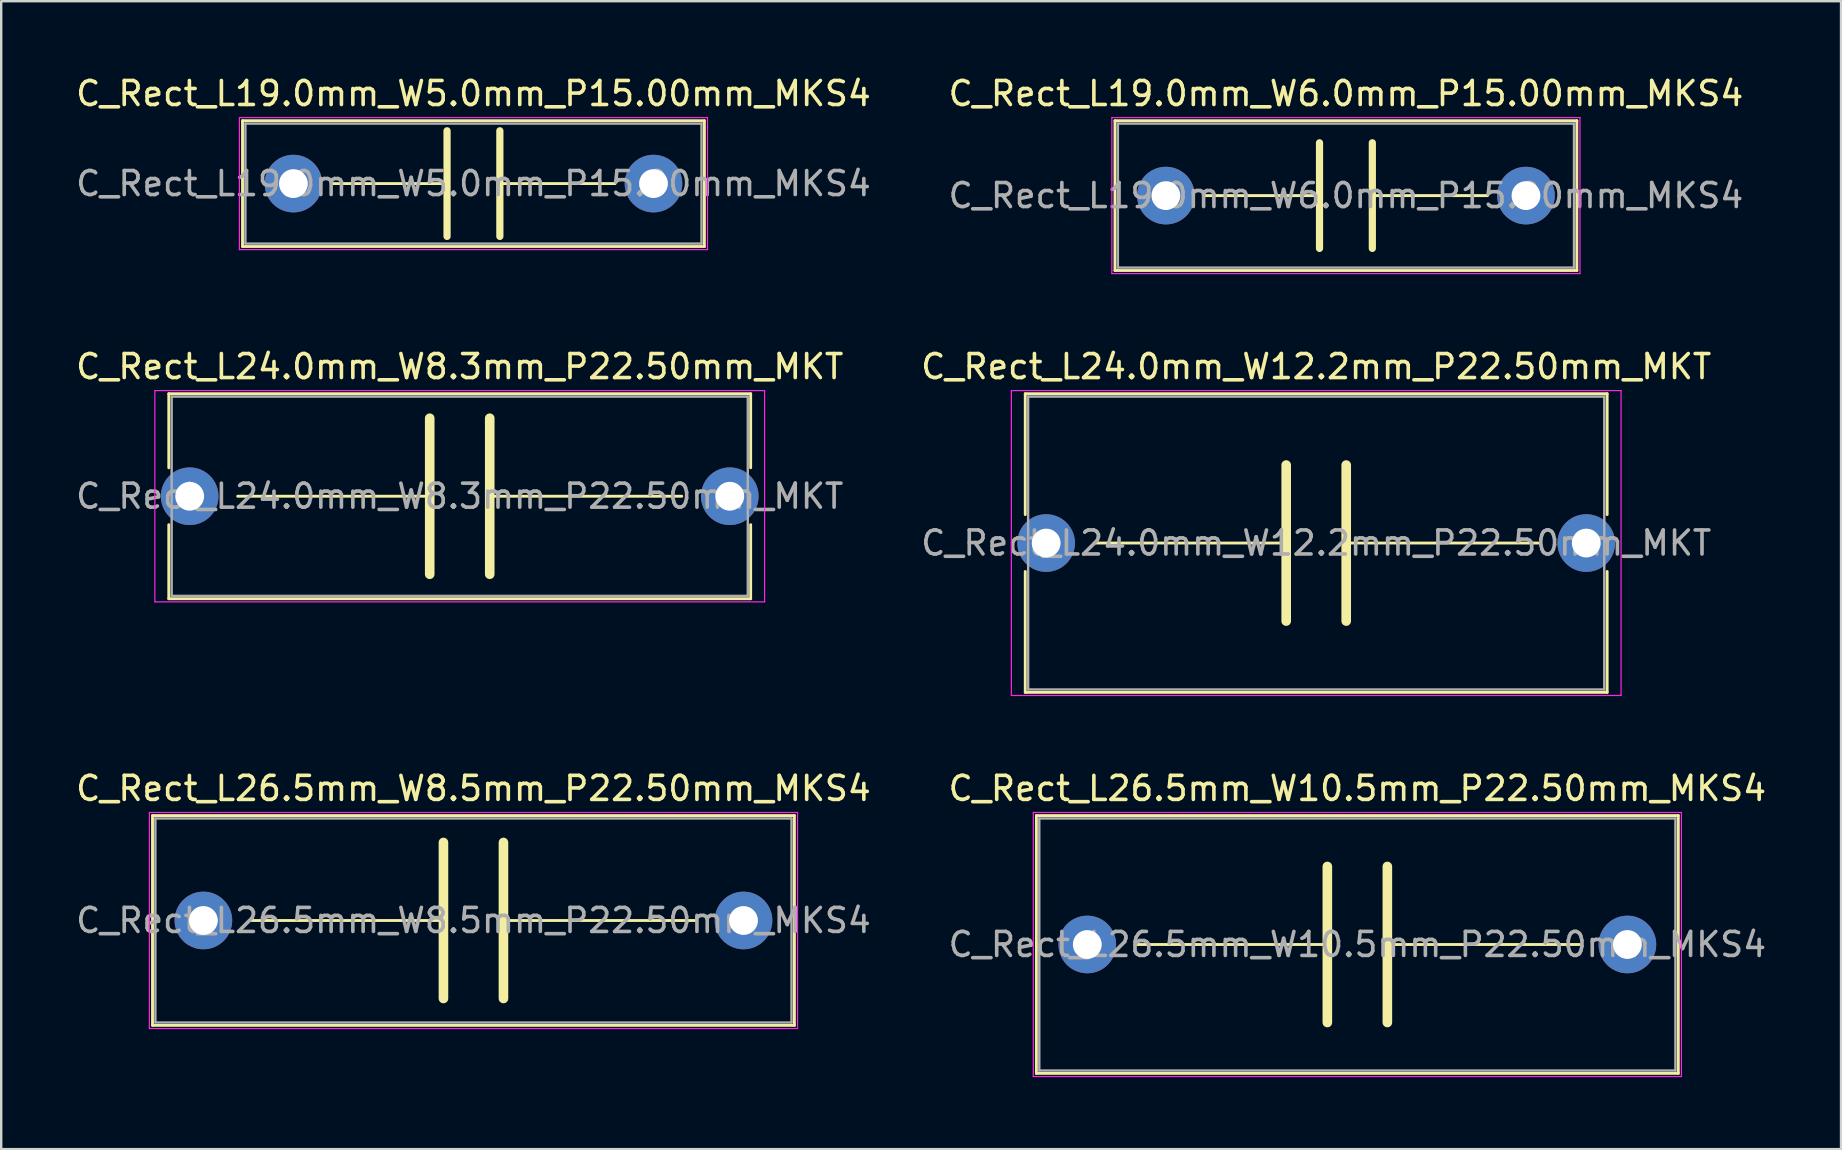
<source format=kicad_pcb>
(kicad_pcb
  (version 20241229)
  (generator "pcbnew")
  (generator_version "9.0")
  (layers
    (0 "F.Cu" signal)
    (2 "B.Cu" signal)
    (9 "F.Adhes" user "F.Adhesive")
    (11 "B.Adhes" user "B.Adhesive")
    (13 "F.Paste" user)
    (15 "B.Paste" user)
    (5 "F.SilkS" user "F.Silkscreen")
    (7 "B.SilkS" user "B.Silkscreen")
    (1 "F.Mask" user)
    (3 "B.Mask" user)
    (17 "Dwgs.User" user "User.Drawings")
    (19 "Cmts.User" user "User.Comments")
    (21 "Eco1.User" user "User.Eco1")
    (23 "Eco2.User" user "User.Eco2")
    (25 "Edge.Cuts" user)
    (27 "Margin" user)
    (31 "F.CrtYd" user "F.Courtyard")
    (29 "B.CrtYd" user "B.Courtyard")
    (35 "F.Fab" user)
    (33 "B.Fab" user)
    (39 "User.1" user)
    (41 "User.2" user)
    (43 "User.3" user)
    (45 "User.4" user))
  (footprint "C_Rect_L19.0mm_W5.0mm_P15.00mm_MKS4"
    (layer "F.Cu")
    (at 9.173 4.598)
    (property "Reference" "C_Rect_L19.0mm_W5.0mm_P15.00mm_MKS4" (at 7.5 -3.75 0) (layer "F.SilkS") (effects (font (size 1 1) (thickness 0.15))))
    (attr through_hole)
    (fp_line (start -2.12 -2.62) (end -2.12 2.62) (stroke (width 0.12) (type solid)) (layer "F.SilkS"))
    (fp_line (start -2.12 -2.62) (end 17.12 -2.62) (stroke (width 0.12) (type solid)) (layer "F.SilkS"))
    (fp_line (start -2.12 2.62) (end 17.12 2.62) (stroke (width 0.12) (type solid)) (layer "F.SilkS"))
    (fp_line (start 1.6 0) (end 6.4 0) (stroke (width 0.12) (type solid)) (layer "F.SilkS"))
    (fp_line (start 6.4 -2.2) (end 6.4 2.2) (stroke (width 0.3) (type solid)) (layer "F.SilkS"))
    (fp_line (start 8.6 -2.2) (end 8.6 2.2) (stroke (width 0.3) (type solid)) (layer "F.SilkS"))
    (fp_line (start 8.6 0) (end 13.4 0) (stroke (width 0.12) (type solid)) (layer "F.SilkS"))
    (fp_line (start 17.12 -2.62) (end 17.12 2.62) (stroke (width 0.12) (type solid)) (layer "F.SilkS"))
    (fp_line (start -2.25 -2.75) (end -2.25 2.75) (stroke (width 0.05) (type solid)) (layer "F.CrtYd"))
    (fp_line (start -2.25 2.75) (end 17.25 2.75) (stroke (width 0.05) (type solid)) (layer "F.CrtYd"))
    (fp_line (start 17.25 -2.75) (end -2.25 -2.75) (stroke (width 0.05) (type solid)) (layer "F.CrtYd"))
    (fp_line (start 17.25 2.75) (end 17.25 -2.75) (stroke (width 0.05) (type solid)) (layer "F.CrtYd"))
    (fp_line (start -2 -2.5) (end -2 2.5) (stroke (width 0.1) (type solid)) (layer "F.Fab"))
    (fp_line (start -2 2.5) (end 17 2.5) (stroke (width 0.1) (type solid)) (layer "F.Fab"))
    (fp_line (start 17 -2.5) (end -2 -2.5) (stroke (width 0.1) (type solid)) (layer "F.Fab"))
    (fp_line (start 17 2.5) (end 17 -2.5) (stroke (width 0.1) (type solid)) (layer "F.Fab"))
    (fp_text user "${REFERENCE}" (at 7.5 0 0) (layer "F.Fab") (effects (font (size 1 1) (thickness 0.15))))
    (pad "1" thru_hole circle (at 0 0) (size 2.4 2.4) (drill 1.2) (layers "*.Cu" "*.Mask"))
    (pad "2" thru_hole circle (at 15 0) (size 2.4 2.4) (drill 1.2) (layers "*.Cu" "*.Mask")))
  (footprint "C_Rect_L19.0mm_W6.0mm_P15.00mm_MKS4"
    (layer "F.Cu")
    (at 45.518 5.098)
    (property "Reference" "C_Rect_L19.0mm_W6.0mm_P15.00mm_MKS4" (at 7.5 -4.25 0) (layer "F.SilkS") (effects (font (size 1 1) (thickness 0.15))))
    (attr through_hole)
    (fp_line (start -2.12 -3.12) (end -2.12 3.12) (stroke (width 0.12) (type solid)) (layer "F.SilkS"))
    (fp_line (start -2.12 -3.12) (end 17.12 -3.12) (stroke (width 0.12) (type solid)) (layer "F.SilkS"))
    (fp_line (start -2.12 3.12) (end 17.12 3.12) (stroke (width 0.12) (type solid)) (layer "F.SilkS"))
    (fp_line (start 1.6 0) (end 6.4 0) (stroke (width 0.12) (type solid)) (layer "F.SilkS"))
    (fp_line (start 6.4 -2.2) (end 6.4 2.2) (stroke (width 0.3) (type solid)) (layer "F.SilkS"))
    (fp_line (start 8.6 -2.2) (end 8.6 2.2) (stroke (width 0.3) (type solid)) (layer "F.SilkS"))
    (fp_line (start 8.6 0) (end 13.4 0) (stroke (width 0.12) (type solid)) (layer "F.SilkS"))
    (fp_line (start 17.12 -3.12) (end 17.12 3.12) (stroke (width 0.12) (type solid)) (layer "F.SilkS"))
    (fp_line (start -2.25 -3.25) (end -2.25 3.25) (stroke (width 0.05) (type solid)) (layer "F.CrtYd"))
    (fp_line (start -2.25 3.25) (end 17.25 3.25) (stroke (width 0.05) (type solid)) (layer "F.CrtYd"))
    (fp_line (start 17.25 -3.25) (end -2.25 -3.25) (stroke (width 0.05) (type solid)) (layer "F.CrtYd"))
    (fp_line (start 17.25 3.25) (end 17.25 -3.25) (stroke (width 0.05) (type solid)) (layer "F.CrtYd"))
    (fp_line (start -2 -3) (end -2 3) (stroke (width 0.1) (type solid)) (layer "F.Fab"))
    (fp_line (start -2 3) (end 17 3) (stroke (width 0.1) (type solid)) (layer "F.Fab"))
    (fp_line (start 17 -3) (end -2 -3) (stroke (width 0.1) (type solid)) (layer "F.Fab"))
    (fp_line (start 17 3) (end 17 -3) (stroke (width 0.1) (type solid)) (layer "F.Fab"))
    (fp_text user "${REFERENCE}" (at 7.5 0 0) (layer "F.Fab") (effects (font (size 1 1) (thickness 0.15))))
    (pad "1" thru_hole circle (at 0 0) (size 2.4 2.4) (drill 1.2) (layers "*.Cu" "*.Mask"))
    (pad "2" thru_hole circle (at 15 0) (size 2.4 2.4) (drill 1.2) (layers "*.Cu" "*.Mask")))
  (footprint "C_Rect_L26.5mm_W10.5mm_P22.50mm_MKS4"
    (layer "F.Cu")
    (at 42.244 36.295)
    (property "Reference" "C_Rect_L26.5mm_W10.5mm_P22.50mm_MKS4" (at 11.25 -6.5 0) (layer "F.SilkS") (effects (font (size 1 1) (thickness 0.15))))
    (attr through_hole)
    (fp_line (start -2.12 -5.37) (end -2.12 5.37) (stroke (width 0.12) (type solid)) (layer "F.SilkS"))
    (fp_line (start -2.12 -5.37) (end 24.62 -5.37) (stroke (width 0.12) (type solid)) (layer "F.SilkS"))
    (fp_line (start -2.12 5.37) (end 24.62 5.37) (stroke (width 0.12) (type solid)) (layer "F.SilkS"))
    (fp_line (start 2 0) (end 10 0) (stroke (width 0.12) (type solid)) (layer "F.SilkS"))
    (fp_line (start 10 -3.25) (end 10 3.25) (stroke (width 0.4) (type solid)) (layer "F.SilkS"))
    (fp_line (start 12.5 -3.25) (end 12.5 3.25) (stroke (width 0.4) (type solid)) (layer "F.SilkS"))
    (fp_line (start 12.5 0) (end 20.5 0) (stroke (width 0.12) (type solid)) (layer "F.SilkS"))
    (fp_line (start 24.62 -5.37) (end 24.62 5.37) (stroke (width 0.12) (type solid)) (layer "F.SilkS"))
    (fp_line (start -2.25 -5.5) (end -2.25 5.5) (stroke (width 0.05) (type solid)) (layer "F.CrtYd"))
    (fp_line (start -2.25 5.5) (end 24.75 5.5) (stroke (width 0.05) (type solid)) (layer "F.CrtYd"))
    (fp_line (start 24.75 -5.5) (end -2.25 -5.5) (stroke (width 0.05) (type solid)) (layer "F.CrtYd"))
    (fp_line (start 24.75 5.5) (end 24.75 -5.5) (stroke (width 0.05) (type solid)) (layer "F.CrtYd"))
    (fp_line (start -2 -5.25) (end -2 5.25) (stroke (width 0.1) (type solid)) (layer "F.Fab"))
    (fp_line (start -2 5.25) (end 24.5 5.25) (stroke (width 0.1) (type solid)) (layer "F.Fab"))
    (fp_line (start 24.5 -5.25) (end -2 -5.25) (stroke (width 0.1) (type solid)) (layer "F.Fab"))
    (fp_line (start 24.5 5.25) (end 24.5 -5.25) (stroke (width 0.1) (type solid)) (layer "F.Fab"))
    (fp_text user "${REFERENCE}" (at 11.25 0 0) (layer "F.Fab") (effects (font (size 1 1) (thickness 0.15))))
    (pad "1" thru_hole circle (at 0 0) (size 2.4 2.4) (drill 1.2) (layers "*.Cu" "*.Mask"))
    (pad "2" thru_hole circle (at 22.5 0) (size 2.4 2.4) (drill 1.2) (layers "*.Cu" "*.Mask")))
  (footprint "C_Rect_L24.0mm_W8.3mm_P22.50mm_MKT"
    (layer "F.Cu")
    (at 4.851 17.622)
    (property "Reference" "C_Rect_L24.0mm_W8.3mm_P22.50mm_MKT" (at 11.25 -5.4 0) (layer "F.SilkS") (effects (font (size 1 1) (thickness 0.15))))
    (attr through_hole)
    (fp_line (start -0.87 -4.27) (end -0.87 -1.185) (stroke (width 0.12) (type solid)) (layer "F.SilkS"))
    (fp_line (start -0.87 -4.27) (end 23.37 -4.27) (stroke (width 0.12) (type solid)) (layer "F.SilkS"))
    (fp_line (start -0.87 1.185) (end -0.87 4.27) (stroke (width 0.12) (type solid)) (layer "F.SilkS"))
    (fp_line (start -0.87 4.27) (end 23.37 4.27) (stroke (width 0.12) (type solid)) (layer "F.SilkS"))
    (fp_line (start 2 0) (end 10 0) (stroke (width 0.12) (type solid)) (layer "F.SilkS"))
    (fp_line (start 10 -3.25) (end 10 3.25) (stroke (width 0.4) (type solid)) (layer "F.SilkS"))
    (fp_line (start 12.5 -3.25) (end 12.5 3.25) (stroke (width 0.4) (type solid)) (layer "F.SilkS"))
    (fp_line (start 12.5 0) (end 20.5 0) (stroke (width 0.12) (type solid)) (layer "F.SilkS"))
    (fp_line (start 23.37 -4.27) (end 23.37 -1.185) (stroke (width 0.12) (type solid)) (layer "F.SilkS"))
    (fp_line (start 23.37 1.185) (end 23.37 4.27) (stroke (width 0.12) (type solid)) (layer "F.SilkS"))
    (fp_line (start -1.45 -4.4) (end -1.45 4.4) (stroke (width 0.05) (type solid)) (layer "F.CrtYd"))
    (fp_line (start -1.45 4.4) (end 23.95 4.4) (stroke (width 0.05) (type solid)) (layer "F.CrtYd"))
    (fp_line (start 23.95 -4.4) (end -1.45 -4.4) (stroke (width 0.05) (type solid)) (layer "F.CrtYd"))
    (fp_line (start 23.95 4.4) (end 23.95 -4.4) (stroke (width 0.05) (type solid)) (layer "F.CrtYd"))
    (fp_line (start -0.75 -4.15) (end -0.75 4.15) (stroke (width 0.1) (type solid)) (layer "F.Fab"))
    (fp_line (start -0.75 4.15) (end 23.25 4.15) (stroke (width 0.1) (type solid)) (layer "F.Fab"))
    (fp_line (start 23.25 -4.15) (end -0.75 -4.15) (stroke (width 0.1) (type solid)) (layer "F.Fab"))
    (fp_line (start 23.25 4.15) (end 23.25 -4.15) (stroke (width 0.1) (type solid)) (layer "F.Fab"))
    (fp_text user "${REFERENCE}" (at 11.25 0 0) (layer "F.Fab") (effects (font (size 1 1) (thickness 0.15))))
    (pad "1" thru_hole circle (at 0 0) (size 2.4 2.4) (drill 1.2) (layers "*.Cu" "*.Mask"))
    (pad "2" thru_hole circle (at 22.5 0) (size 2.4 2.4) (drill 1.2) (layers "*.Cu" "*.Mask")))
  (footprint "C_Rect_L24.0mm_W12.2mm_P22.50mm_MKT"
    (layer "F.Cu")
    (at 40.53 19.572)
    (property "Reference" "C_Rect_L24.0mm_W12.2mm_P22.50mm_MKT" (at 11.25 -7.35 0) (layer "F.SilkS") (effects (font (size 1 1) (thickness 0.15))))
    (attr through_hole)
    (fp_line (start -0.87 -6.22) (end -0.87 -1.185) (stroke (width 0.12) (type solid)) (layer "F.SilkS"))
    (fp_line (start -0.87 -6.22) (end 23.37 -6.22) (stroke (width 0.12) (type solid)) (layer "F.SilkS"))
    (fp_line (start -0.87 1.185) (end -0.87 6.22) (stroke (width 0.12) (type solid)) (layer "F.SilkS"))
    (fp_line (start -0.87 6.22) (end 23.37 6.22) (stroke (width 0.12) (type solid)) (layer "F.SilkS"))
    (fp_line (start 2 0) (end 10 0) (stroke (width 0.12) (type solid)) (layer "F.SilkS"))
    (fp_line (start 10 -3.25) (end 10 3.25) (stroke (width 0.4) (type solid)) (layer "F.SilkS"))
    (fp_line (start 12.5 -3.25) (end 12.5 3.25) (stroke (width 0.4) (type solid)) (layer "F.SilkS"))
    (fp_line (start 12.5 0) (end 20.5 0) (stroke (width 0.12) (type solid)) (layer "F.SilkS"))
    (fp_line (start 23.37 -6.22) (end 23.37 -1.185) (stroke (width 0.12) (type solid)) (layer "F.SilkS"))
    (fp_line (start 23.37 1.185) (end 23.37 6.22) (stroke (width 0.12) (type solid)) (layer "F.SilkS"))
    (fp_line (start -1.45 -6.35) (end -1.45 6.35) (stroke (width 0.05) (type solid)) (layer "F.CrtYd"))
    (fp_line (start -1.45 6.35) (end 23.95 6.35) (stroke (width 0.05) (type solid)) (layer "F.CrtYd"))
    (fp_line (start 23.95 -6.35) (end -1.45 -6.35) (stroke (width 0.05) (type solid)) (layer "F.CrtYd"))
    (fp_line (start 23.95 6.35) (end 23.95 -6.35) (stroke (width 0.05) (type solid)) (layer "F.CrtYd"))
    (fp_line (start -0.75 -6.1) (end -0.75 6.1) (stroke (width 0.1) (type solid)) (layer "F.Fab"))
    (fp_line (start -0.75 6.1) (end 23.25 6.1) (stroke (width 0.1) (type solid)) (layer "F.Fab"))
    (fp_line (start 23.25 -6.1) (end -0.75 -6.1) (stroke (width 0.1) (type solid)) (layer "F.Fab"))
    (fp_line (start 23.25 6.1) (end 23.25 -6.1) (stroke (width 0.1) (type solid)) (layer "F.Fab"))
    (fp_text user "${REFERENCE}" (at 11.25 0 0) (layer "F.Fab") (effects (font (size 1 1) (thickness 0.15))))
    (pad "1" thru_hole circle (at 0 0) (size 2.4 2.4) (drill 1.2) (layers "*.Cu" "*.Mask"))
    (pad "2" thru_hole circle (at 22.5 0) (size 2.4 2.4) (drill 1.2) (layers "*.Cu" "*.Mask")))
  (footprint "C_Rect_L26.5mm_W8.5mm_P22.50mm_MKS4"
    (layer "F.Cu")
    (at 5.423 35.295)
    (property "Reference" "C_Rect_L26.5mm_W8.5mm_P22.50mm_MKS4" (at 11.25 -5.5 0) (layer "F.SilkS") (effects (font (size 1 1) (thickness 0.15))))
    (attr through_hole)
    (fp_line (start -2.12 -4.37) (end -2.12 4.37) (stroke (width 0.12) (type solid)) (layer "F.SilkS"))
    (fp_line (start -2.12 -4.37) (end 24.62 -4.37) (stroke (width 0.12) (type solid)) (layer "F.SilkS"))
    (fp_line (start -2.12 4.37) (end 24.62 4.37) (stroke (width 0.12) (type solid)) (layer "F.SilkS"))
    (fp_line (start 2 0) (end 10 0) (stroke (width 0.12) (type solid)) (layer "F.SilkS"))
    (fp_line (start 10 -3.25) (end 10 3.25) (stroke (width 0.4) (type solid)) (layer "F.SilkS"))
    (fp_line (start 12.5 -3.25) (end 12.5 3.25) (stroke (width 0.4) (type solid)) (layer "F.SilkS"))
    (fp_line (start 12.5 0) (end 20.5 0) (stroke (width 0.12) (type solid)) (layer "F.SilkS"))
    (fp_line (start 24.62 -4.37) (end 24.62 4.37) (stroke (width 0.12) (type solid)) (layer "F.SilkS"))
    (fp_line (start -2.25 -4.5) (end -2.25 4.5) (stroke (width 0.05) (type solid)) (layer "F.CrtYd"))
    (fp_line (start -2.25 4.5) (end 24.75 4.5) (stroke (width 0.05) (type solid)) (layer "F.CrtYd"))
    (fp_line (start 24.75 -4.5) (end -2.25 -4.5) (stroke (width 0.05) (type solid)) (layer "F.CrtYd"))
    (fp_line (start 24.75 4.5) (end 24.75 -4.5) (stroke (width 0.05) (type solid)) (layer "F.CrtYd"))
    (fp_line (start -2 -4.25) (end -2 4.25) (stroke (width 0.1) (type solid)) (layer "F.Fab"))
    (fp_line (start -2 4.25) (end 24.5 4.25) (stroke (width 0.1) (type solid)) (layer "F.Fab"))
    (fp_line (start 24.5 -4.25) (end -2 -4.25) (stroke (width 0.1) (type solid)) (layer "F.Fab"))
    (fp_line (start 24.5 4.25) (end 24.5 -4.25) (stroke (width 0.1) (type solid)) (layer "F.Fab"))
    (fp_text user "${REFERENCE}" (at 11.25 0 0) (layer "F.Fab") (effects (font (size 1 1) (thickness 0.15))))
    (pad "1" thru_hole circle (at 0 0) (size 2.4 2.4) (drill 1.2) (layers "*.Cu" "*.Mask"))
    (pad "2" thru_hole circle (at 22.5 0) (size 2.4 2.4) (drill 1.2) (layers "*.Cu" "*.Mask")))
  (gr_rect
    (start -3 -3)
    (end 73.643 44.82)
    (stroke (width 0.1) (type default))
    (fill no)
    (layer "Edge.Cuts")))
</source>
